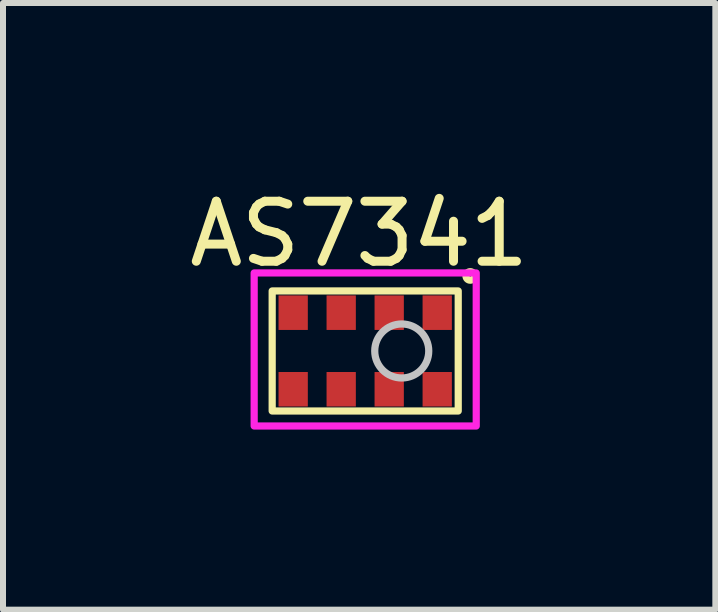
<source format=kicad_pcb>
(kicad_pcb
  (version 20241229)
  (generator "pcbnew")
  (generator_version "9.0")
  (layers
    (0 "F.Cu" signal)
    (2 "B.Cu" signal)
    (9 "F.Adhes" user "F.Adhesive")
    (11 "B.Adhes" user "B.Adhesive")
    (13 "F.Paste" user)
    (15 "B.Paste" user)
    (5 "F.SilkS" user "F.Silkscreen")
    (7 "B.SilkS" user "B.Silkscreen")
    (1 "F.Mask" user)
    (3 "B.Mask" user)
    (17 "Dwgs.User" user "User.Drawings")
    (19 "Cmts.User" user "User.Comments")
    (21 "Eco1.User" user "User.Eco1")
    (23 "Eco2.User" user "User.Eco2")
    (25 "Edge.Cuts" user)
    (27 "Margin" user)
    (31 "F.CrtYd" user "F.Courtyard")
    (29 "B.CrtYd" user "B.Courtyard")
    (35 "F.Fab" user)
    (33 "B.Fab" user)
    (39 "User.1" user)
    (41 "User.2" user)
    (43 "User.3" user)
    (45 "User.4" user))
  (footprint "AS7341"
    (layer "F.Cu")
    (at 3.035 2.798)
    (property "Reference" "AS7341" (at -0.1 -1.95 0) (unlocked yes) (layer "F.SilkS") (effects (font (size 1 1) (thickness 0.15))))
    (attr smd)
    (fp_rect (start -1.55 1) (end 1.55 -1) (stroke (width 0.12) (type solid)) (fill no) (layer "F.SilkS"))
    (fp_circle (center 1.75 -1.25) (end 1.8 -1.2) (stroke (width 0.12) (type solid)) (fill no) (layer "F.SilkS"))
    (fp_circle (center 0.609 0) (end 1.059 0) (stroke (width 0.12) (type solid)) (fill no) (layer "Dwgs.User"))
    (fp_rect (start -1.85 -1.3) (end 1.85 1.25) (stroke (width 0.12) (type solid)) (fill no) (layer "F.CrtYd"))
    (pad "1" smd rect (at 1.2 -0.638 180) (size 0.488 0.575) (layers "F.Cu" "F.Mask" "F.Paste"))
    (pad "2" smd rect (at 0.4 -0.638) (size 0.488 0.575) (layers "F.Cu" "F.Mask" "F.Paste"))
    (pad "3" smd rect (at -0.4 -0.638) (size 0.488 0.575) (layers "F.Cu" "F.Mask" "F.Paste"))
    (pad "4" smd rect (at -1.2 -0.638) (size 0.488 0.575) (layers "F.Cu" "F.Mask" "F.Paste"))
    (pad "5" smd rect (at -1.2 0.638) (size 0.488 0.575) (layers "F.Cu" "F.Mask" "F.Paste"))
    (pad "6" smd rect (at -0.4 0.638) (size 0.488 0.575) (layers "F.Cu" "F.Mask" "F.Paste"))
    (pad "7" smd rect (at 0.4 0.638) (size 0.488 0.575) (layers "F.Cu" "F.Mask" "F.Paste"))
    (pad "8" smd rect (at 1.2 0.638) (size 0.488 0.575) (layers "F.Cu" "F.Mask" "F.Paste")))
  (gr_rect
    (start -3 -3)
    (end 8.869 7.108)
    (stroke (width 0.1) (type default))
    (fill no)
    (layer "Edge.Cuts")))
</source>
